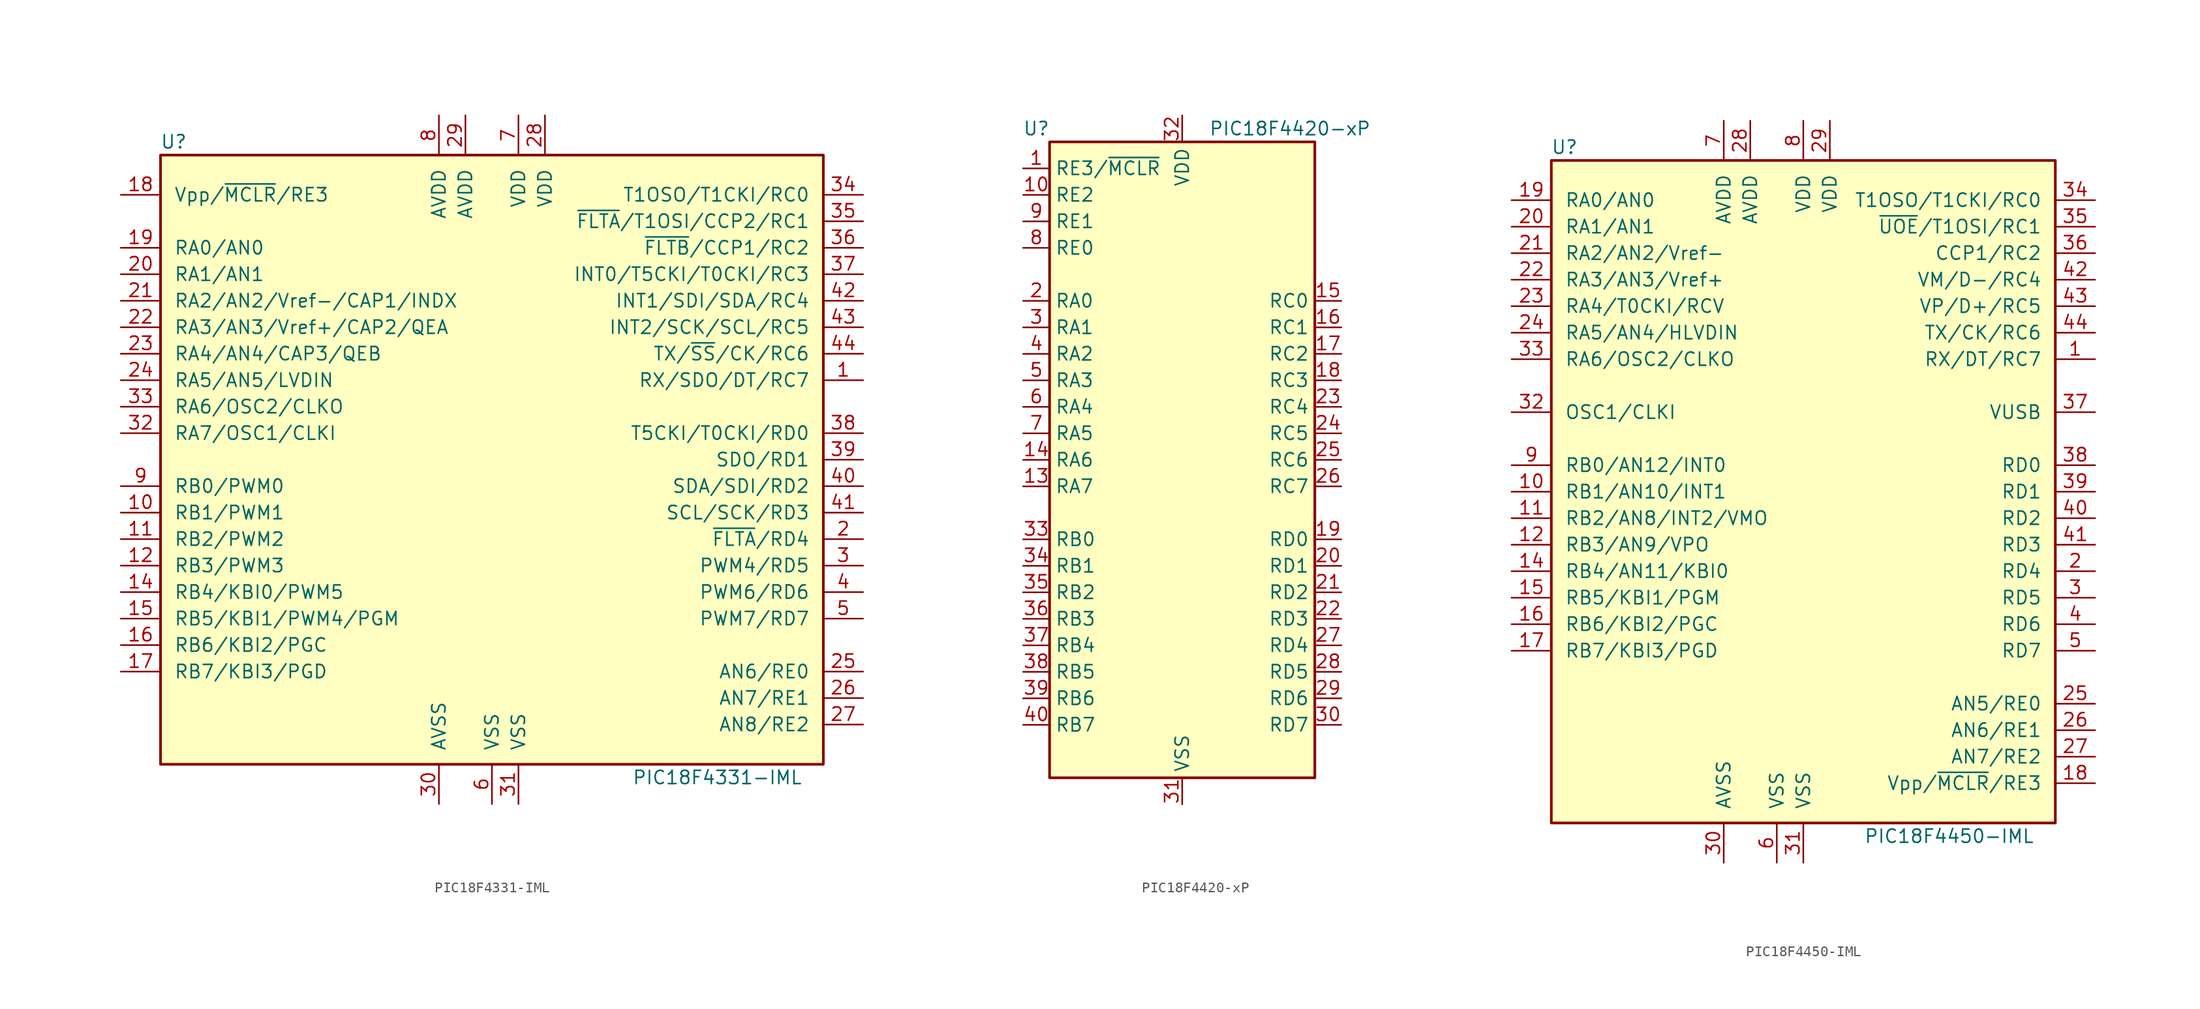
<source format=kicad_sym>
(kicad_symbol_lib
  (version 20211014)
  (generator kicad_symbol_editor)
  (symbol "PIC18F4331-IML"
    (pin_names
      (offset 1.27))
    (property "Reference" "U"
      (at -30.48 30.48 0)
      (effects (font (size 1.27 1.27))))
    (property "Value" "PIC18F4331-IML"
      (at 21.59 -30.48 0)
      (effects (font (size 1.27 1.27))))
    (symbol "PIC18F4331-IML_0_1"
      (rectangle (start -31.75 29.21) (end 31.75 -29.21) (stroke (width 0.254) (type default) (color 0 0 0 0)) (fill (type background))))
    (symbol "PIC18F4331-IML_1_1"
      (pin bidirectional line (at 35.56 7.62 180) (length 3.81) (name "RX/SDO/DT/RC7" (effects (font (size 1.27 1.27)))) (number "1" (effects (font (size 1.27 1.27)))))
      (pin bidirectional line (at -35.56 -5.08 0) (length 3.81) (name "RB1/PWM1" (effects (font (size 1.27 1.27)))) (number "10" (effects (font (size 1.27 1.27)))))
      (pin bidirectional line (at -35.56 -7.62 0) (length 3.81) (name "RB2/PWM2" (effects (font (size 1.27 1.27)))) (number "11" (effects (font (size 1.27 1.27)))))
      (pin bidirectional line (at -35.56 -10.16 0) (length 3.81) (name "RB3/PWM3" (effects (font (size 1.27 1.27)))) (number "12" (effects (font (size 1.27 1.27)))))
      (pin no_connect line (at -10.16 -33.02 90) (length 3.81) hide (name "NC" (effects (font (size 1.27 1.27)))) (number "13" (effects (font (size 1.27 1.27)))))
      (pin bidirectional line (at -35.56 -12.7 0) (length 3.81) (name "RB4/KBI0/PWM5" (effects (font (size 1.27 1.27)))) (number "14" (effects (font (size 1.27 1.27)))))
      (pin bidirectional line (at -35.56 -15.24 0) (length 3.81) (name "RB5/KBI1/PWM4/PGM" (effects (font (size 1.27 1.27)))) (number "15" (effects (font (size 1.27 1.27)))))
      (pin bidirectional line (at -35.56 -17.78 0) (length 3.81) (name "RB6/KBI2/PGC" (effects (font (size 1.27 1.27)))) (number "16" (effects (font (size 1.27 1.27)))))
      (pin bidirectional line (at -35.56 -20.32 0) (length 3.81) (name "RB7/KBI3/PGD" (effects (font (size 1.27 1.27)))) (number "17" (effects (font (size 1.27 1.27)))))
      (pin input line (at -35.56 25.4 0) (length 3.81) (name "Vpp/~{MCLR}/RE3" (effects (font (size 1.27 1.27)))) (number "18" (effects (font (size 1.27 1.27)))))
      (pin bidirectional line (at -35.56 20.32 0) (length 3.81) (name "RA0/AN0" (effects (font (size 1.27 1.27)))) (number "19" (effects (font (size 1.27 1.27)))))
      (pin bidirectional line (at 35.56 -7.62 180) (length 3.81) (name "~{FLTA}/RD4" (effects (font (size 1.27 1.27)))) (number "2" (effects (font (size 1.27 1.27)))))
      (pin bidirectional line (at -35.56 17.78 0) (length 3.81) (name "RA1/AN1" (effects (font (size 1.27 1.27)))) (number "20" (effects (font (size 1.27 1.27)))))
      (pin bidirectional line (at -35.56 15.24 0) (length 3.81) (name "RA2/AN2/Vref-/CAP1/INDX" (effects (font (size 1.27 1.27)))) (number "21" (effects (font (size 1.27 1.27)))))
      (pin bidirectional line (at -35.56 12.7 0) (length 3.81) (name "RA3/AN3/Vref+/CAP2/QEA" (effects (font (size 1.27 1.27)))) (number "22" (effects (font (size 1.27 1.27)))))
      (pin bidirectional line (at -35.56 10.16 0) (length 3.81) (name "RA4/AN4/CAP3/QEB" (effects (font (size 1.27 1.27)))) (number "23" (effects (font (size 1.27 1.27)))))
      (pin bidirectional line (at -35.56 7.62 0) (length 3.81) (name "RA5/AN5/LVDIN" (effects (font (size 1.27 1.27)))) (number "24" (effects (font (size 1.27 1.27)))))
      (pin bidirectional line (at 35.56 -20.32 180) (length 3.81) (name "AN6/RE0" (effects (font (size 1.27 1.27)))) (number "25" (effects (font (size 1.27 1.27)))))
      (pin bidirectional line (at 35.56 -22.86 180) (length 3.81) (name "AN7/RE1" (effects (font (size 1.27 1.27)))) (number "26" (effects (font (size 1.27 1.27)))))
      (pin bidirectional line (at 35.56 -25.4 180) (length 3.81) (name "AN8/RE2" (effects (font (size 1.27 1.27)))) (number "27" (effects (font (size 1.27 1.27)))))
      (pin power_in line (at 5.08 33.02 270) (length 3.81) (name "VDD" (effects (font (size 1.27 1.27)))) (number "28" (effects (font (size 1.27 1.27)))))
      (pin power_in line (at -2.54 33.02 270) (length 3.81) (name "AVDD" (effects (font (size 1.27 1.27)))) (number "29" (effects (font (size 1.27 1.27)))))
      (pin bidirectional line (at 35.56 -10.16 180) (length 3.81) (name "PWM4/RD5" (effects (font (size 1.27 1.27)))) (number "3" (effects (font (size 1.27 1.27)))))
      (pin power_in line (at -5.08 -33.02 90) (length 3.81) (name "AVSS" (effects (font (size 1.27 1.27)))) (number "30" (effects (font (size 1.27 1.27)))))
      (pin power_in line (at 2.54 -33.02 90) (length 3.81) (name "VSS" (effects (font (size 1.27 1.27)))) (number "31" (effects (font (size 1.27 1.27)))))
      (pin bidirectional line (at -35.56 2.54 0) (length 3.81) (name "RA7/OSC1/CLKI" (effects (font (size 1.27 1.27)))) (number "32" (effects (font (size 1.27 1.27)))))
      (pin bidirectional line (at -35.56 5.08 0) (length 3.81) (name "RA6/OSC2/CLKO" (effects (font (size 1.27 1.27)))) (number "33" (effects (font (size 1.27 1.27)))))
      (pin bidirectional line (at 35.56 25.4 180) (length 3.81) (name "T1OSO/T1CKI/RC0" (effects (font (size 1.27 1.27)))) (number "34" (effects (font (size 1.27 1.27)))))
      (pin bidirectional line (at 35.56 22.86 180) (length 3.81) (name "~{FLTA}/T1OSI/CCP2/RC1" (effects (font (size 1.27 1.27)))) (number "35" (effects (font (size 1.27 1.27)))))
      (pin bidirectional line (at 35.56 20.32 180) (length 3.81) (name "~{FLTB}/CCP1/RC2" (effects (font (size 1.27 1.27)))) (number "36" (effects (font (size 1.27 1.27)))))
      (pin bidirectional line (at 35.56 17.78 180) (length 3.81) (name "INT0/T5CKI/T0CKI/RC3" (effects (font (size 1.27 1.27)))) (number "37" (effects (font (size 1.27 1.27)))))
      (pin bidirectional line (at 35.56 2.54 180) (length 3.81) (name "T5CKI/T0CKI/RD0" (effects (font (size 1.27 1.27)))) (number "38" (effects (font (size 1.27 1.27)))))
      (pin bidirectional line (at 35.56 0 180) (length 3.81) (name "SDO/RD1" (effects (font (size 1.27 1.27)))) (number "39" (effects (font (size 1.27 1.27)))))
      (pin bidirectional line (at 35.56 -12.7 180) (length 3.81) (name "PWM6/RD6" (effects (font (size 1.27 1.27)))) (number "4" (effects (font (size 1.27 1.27)))))
      (pin bidirectional line (at 35.56 -2.54 180) (length 3.81) (name "SDA/SDI/RD2" (effects (font (size 1.27 1.27)))) (number "40" (effects (font (size 1.27 1.27)))))
      (pin bidirectional line (at 35.56 -5.08 180) (length 3.81) (name "SCL/SCK/RD3" (effects (font (size 1.27 1.27)))) (number "41" (effects (font (size 1.27 1.27)))))
      (pin bidirectional line (at 35.56 15.24 180) (length 3.81) (name "INT1/SDI/SDA/RC4" (effects (font (size 1.27 1.27)))) (number "42" (effects (font (size 1.27 1.27)))))
      (pin bidirectional line (at 35.56 12.7 180) (length 3.81) (name "INT2/SCK/SCL/RC5" (effects (font (size 1.27 1.27)))) (number "43" (effects (font (size 1.27 1.27)))))
      (pin bidirectional line (at 35.56 10.16 180) (length 3.81) (name "TX/~{SS}/CK/RC6" (effects (font (size 1.27 1.27)))) (number "44" (effects (font (size 1.27 1.27)))))
      (pin bidirectional line (at 35.56 -15.24 180) (length 3.81) (name "PWM7/RD7" (effects (font (size 1.27 1.27)))) (number "5" (effects (font (size 1.27 1.27)))))
      (pin power_in line (at 0 -33.02 90) (length 3.81) (name "VSS" (effects (font (size 1.27 1.27)))) (number "6" (effects (font (size 1.27 1.27)))))
      (pin power_in line (at 2.54 33.02 270) (length 3.81) (name "VDD" (effects (font (size 1.27 1.27)))) (number "7" (effects (font (size 1.27 1.27)))))
      (pin power_in line (at -5.08 33.02 270) (length 3.81) (name "AVDD" (effects (font (size 1.27 1.27)))) (number "8" (effects (font (size 1.27 1.27)))))
      (pin bidirectional line (at -35.56 -2.54 0) (length 3.81) (name "RB0/PWM0" (effects (font (size 1.27 1.27)))) (number "9" (effects (font (size 1.27 1.27)))))))
  (symbol "PIC18F4420-xP"
    (property "Reference" "U"
      (at -13.97 31.75 0)
      (effects (font (size 1.27 1.27))))
    (property "Value" "PIC18F4420-xP"
      (at 2.54 31.75 0)
      (effects (font (size 1.27 1.27)) (justify left)))
    (symbol "PIC18F4420-xP_0_1"
      (rectangle (start -12.7 30.48) (end 12.7 -30.48) (stroke (width 0.254) (type default) (color 0 0 0 0)) (fill (type background))))
    (symbol "PIC18F4420-xP_1_1"
      (pin input line (at -15.24 27.94 0) (length 2.54) (name "RE3/~{MCLR}" (effects (font (size 1.27 1.27)))) (number "1" (effects (font (size 1.27 1.27)))))
      (pin bidirectional line (at -15.24 25.4 0) (length 2.54) (name "RE2" (effects (font (size 1.27 1.27)))) (number "10" (effects (font (size 1.27 1.27)))))
      (pin passive line (at 0 33.02 270) (length 2.54) hide (name "VDD" (effects (font (size 1.27 1.27)))) (number "11" (effects (font (size 1.27 1.27)))))
      (pin passive line (at 0 -33.02 90) (length 2.54) hide (name "VSS" (effects (font (size 1.27 1.27)))) (number "12" (effects (font (size 1.27 1.27)))))
      (pin bidirectional line (at -15.24 -2.54 0) (length 2.54) (name "RA7" (effects (font (size 1.27 1.27)))) (number "13" (effects (font (size 1.27 1.27)))))
      (pin bidirectional line (at -15.24 0 0) (length 2.54) (name "RA6" (effects (font (size 1.27 1.27)))) (number "14" (effects (font (size 1.27 1.27)))))
      (pin bidirectional line (at 15.24 15.24 180) (length 2.54) (name "RC0" (effects (font (size 1.27 1.27)))) (number "15" (effects (font (size 1.27 1.27)))))
      (pin bidirectional line (at 15.24 12.7 180) (length 2.54) (name "RC1" (effects (font (size 1.27 1.27)))) (number "16" (effects (font (size 1.27 1.27)))))
      (pin bidirectional line (at 15.24 10.16 180) (length 2.54) (name "RC2" (effects (font (size 1.27 1.27)))) (number "17" (effects (font (size 1.27 1.27)))))
      (pin bidirectional line (at 15.24 7.62 180) (length 2.54) (name "RC3" (effects (font (size 1.27 1.27)))) (number "18" (effects (font (size 1.27 1.27)))))
      (pin bidirectional line (at 15.24 -7.62 180) (length 2.54) (name "RD0" (effects (font (size 1.27 1.27)))) (number "19" (effects (font (size 1.27 1.27)))))
      (pin bidirectional line (at -15.24 15.24 0) (length 2.54) (name "RA0" (effects (font (size 1.27 1.27)))) (number "2" (effects (font (size 1.27 1.27)))))
      (pin bidirectional line (at 15.24 -10.16 180) (length 2.54) (name "RD1" (effects (font (size 1.27 1.27)))) (number "20" (effects (font (size 1.27 1.27)))))
      (pin bidirectional line (at 15.24 -12.7 180) (length 2.54) (name "RD2" (effects (font (size 1.27 1.27)))) (number "21" (effects (font (size 1.27 1.27)))))
      (pin bidirectional line (at 15.24 -15.24 180) (length 2.54) (name "RD3" (effects (font (size 1.27 1.27)))) (number "22" (effects (font (size 1.27 1.27)))))
      (pin bidirectional line (at 15.24 5.08 180) (length 2.54) (name "RC4" (effects (font (size 1.27 1.27)))) (number "23" (effects (font (size 1.27 1.27)))))
      (pin bidirectional line (at 15.24 2.54 180) (length 2.54) (name "RC5" (effects (font (size 1.27 1.27)))) (number "24" (effects (font (size 1.27 1.27)))))
      (pin bidirectional line (at 15.24 0 180) (length 2.54) (name "RC6" (effects (font (size 1.27 1.27)))) (number "25" (effects (font (size 1.27 1.27)))))
      (pin bidirectional line (at 15.24 -2.54 180) (length 2.54) (name "RC7" (effects (font (size 1.27 1.27)))) (number "26" (effects (font (size 1.27 1.27)))))
      (pin bidirectional line (at 15.24 -17.78 180) (length 2.54) (name "RD4" (effects (font (size 1.27 1.27)))) (number "27" (effects (font (size 1.27 1.27)))))
      (pin bidirectional line (at 15.24 -20.32 180) (length 2.54) (name "RD5" (effects (font (size 1.27 1.27)))) (number "28" (effects (font (size 1.27 1.27)))))
      (pin bidirectional line (at 15.24 -22.86 180) (length 2.54) (name "RD6" (effects (font (size 1.27 1.27)))) (number "29" (effects (font (size 1.27 1.27)))))
      (pin bidirectional line (at -15.24 12.7 0) (length 2.54) (name "RA1" (effects (font (size 1.27 1.27)))) (number "3" (effects (font (size 1.27 1.27)))))
      (pin bidirectional line (at 15.24 -25.4 180) (length 2.54) (name "RD7" (effects (font (size 1.27 1.27)))) (number "30" (effects (font (size 1.27 1.27)))))
      (pin power_in line (at 0 -33.02 90) (length 2.54) (name "VSS" (effects (font (size 1.27 1.27)))) (number "31" (effects (font (size 1.27 1.27)))))
      (pin power_in line (at 0 33.02 270) (length 2.54) (name "VDD" (effects (font (size 1.27 1.27)))) (number "32" (effects (font (size 1.27 1.27)))))
      (pin bidirectional line (at -15.24 -7.62 0) (length 2.54) (name "RB0" (effects (font (size 1.27 1.27)))) (number "33" (effects (font (size 1.27 1.27)))))
      (pin bidirectional line (at -15.24 -10.16 0) (length 2.54) (name "RB1" (effects (font (size 1.27 1.27)))) (number "34" (effects (font (size 1.27 1.27)))))
      (pin bidirectional line (at -15.24 -12.7 0) (length 2.54) (name "RB2" (effects (font (size 1.27 1.27)))) (number "35" (effects (font (size 1.27 1.27)))))
      (pin bidirectional line (at -15.24 -15.24 0) (length 2.54) (name "RB3" (effects (font (size 1.27 1.27)))) (number "36" (effects (font (size 1.27 1.27)))))
      (pin bidirectional line (at -15.24 -17.78 0) (length 2.54) (name "RB4" (effects (font (size 1.27 1.27)))) (number "37" (effects (font (size 1.27 1.27)))))
      (pin bidirectional line (at -15.24 -20.32 0) (length 2.54) (name "RB5" (effects (font (size 1.27 1.27)))) (number "38" (effects (font (size 1.27 1.27)))))
      (pin bidirectional line (at -15.24 -22.86 0) (length 2.54) (name "RB6" (effects (font (size 1.27 1.27)))) (number "39" (effects (font (size 1.27 1.27)))))
      (pin bidirectional line (at -15.24 10.16 0) (length 2.54) (name "RA2" (effects (font (size 1.27 1.27)))) (number "4" (effects (font (size 1.27 1.27)))))
      (pin bidirectional line (at -15.24 -25.4 0) (length 2.54) (name "RB7" (effects (font (size 1.27 1.27)))) (number "40" (effects (font (size 1.27 1.27)))))
      (pin bidirectional line (at -15.24 7.62 0) (length 2.54) (name "RA3" (effects (font (size 1.27 1.27)))) (number "5" (effects (font (size 1.27 1.27)))))
      (pin bidirectional line (at -15.24 5.08 0) (length 2.54) (name "RA4" (effects (font (size 1.27 1.27)))) (number "6" (effects (font (size 1.27 1.27)))))
      (pin bidirectional line (at -15.24 2.54 0) (length 2.54) (name "RA5" (effects (font (size 1.27 1.27)))) (number "7" (effects (font (size 1.27 1.27)))))
      (pin bidirectional line (at -15.24 20.32 0) (length 2.54) (name "RE0" (effects (font (size 1.27 1.27)))) (number "8" (effects (font (size 1.27 1.27)))))
      (pin bidirectional line (at -15.24 22.86 0) (length 2.54) (name "RE1" (effects (font (size 1.27 1.27)))) (number "9" (effects (font (size 1.27 1.27)))))))
  (symbol "PIC18F4450-IML"
    (pin_names
      (offset 1.27))
    (property "Reference" "U"
      (at -22.86 33.02 0)
      (effects (font (size 1.27 1.27))))
    (property "Value" "PIC18F4450-IML"
      (at 13.97 -33.02 0)
      (effects (font (size 1.27 1.27))))
    (symbol "PIC18F4450-IML_0_1"
      (rectangle (start -24.13 31.75) (end 24.13 -31.75) (stroke (width 0.254) (type default) (color 0 0 0 0)) (fill (type background))))
    (symbol "PIC18F4450-IML_1_1"
      (pin bidirectional line (at 27.94 12.7 180) (length 3.81) (name "RX/DT/RC7" (effects (font (size 1.27 1.27)))) (number "1" (effects (font (size 1.27 1.27)))))
      (pin bidirectional line (at -27.94 0 0) (length 3.81) (name "RB1/AN10/INT1" (effects (font (size 1.27 1.27)))) (number "10" (effects (font (size 1.27 1.27)))))
      (pin bidirectional line (at -27.94 -2.54 0) (length 3.81) (name "RB2/AN8/INT2/VMO" (effects (font (size 1.27 1.27)))) (number "11" (effects (font (size 1.27 1.27)))))
      (pin bidirectional line (at -27.94 -5.08 0) (length 3.81) (name "RB3/AN9/VPO" (effects (font (size 1.27 1.27)))) (number "12" (effects (font (size 1.27 1.27)))))
      (pin no_connect line (at -12.7 -35.56 90) (length 3.81) hide (name "NC" (effects (font (size 1.27 1.27)))) (number "13" (effects (font (size 1.27 1.27)))))
      (pin bidirectional line (at -27.94 -7.62 0) (length 3.81) (name "RB4/AN11/KBI0" (effects (font (size 1.27 1.27)))) (number "14" (effects (font (size 1.27 1.27)))))
      (pin bidirectional line (at -27.94 -10.16 0) (length 3.81) (name "RB5/KBI1/PGM" (effects (font (size 1.27 1.27)))) (number "15" (effects (font (size 1.27 1.27)))))
      (pin bidirectional line (at -27.94 -12.7 0) (length 3.81) (name "RB6/KBI2/PGC" (effects (font (size 1.27 1.27)))) (number "16" (effects (font (size 1.27 1.27)))))
      (pin bidirectional line (at -27.94 -15.24 0) (length 3.81) (name "RB7/KBI3/PGD" (effects (font (size 1.27 1.27)))) (number "17" (effects (font (size 1.27 1.27)))))
      (pin input line (at 27.94 -27.94 180) (length 3.81) (name "Vpp/~{MCLR}/RE3" (effects (font (size 1.27 1.27)))) (number "18" (effects (font (size 1.27 1.27)))))
      (pin bidirectional line (at -27.94 27.94 0) (length 3.81) (name "RA0/AN0" (effects (font (size 1.27 1.27)))) (number "19" (effects (font (size 1.27 1.27)))))
      (pin bidirectional line (at 27.94 -7.62 180) (length 3.81) (name "RD4" (effects (font (size 1.27 1.27)))) (number "2" (effects (font (size 1.27 1.27)))))
      (pin bidirectional line (at -27.94 25.4 0) (length 3.81) (name "RA1/AN1" (effects (font (size 1.27 1.27)))) (number "20" (effects (font (size 1.27 1.27)))))
      (pin bidirectional line (at -27.94 22.86 0) (length 3.81) (name "RA2/AN2/Vref-" (effects (font (size 1.27 1.27)))) (number "21" (effects (font (size 1.27 1.27)))))
      (pin bidirectional line (at -27.94 20.32 0) (length 3.81) (name "RA3/AN3/Vref+" (effects (font (size 1.27 1.27)))) (number "22" (effects (font (size 1.27 1.27)))))
      (pin bidirectional line (at -27.94 17.78 0) (length 3.81) (name "RA4/T0CKI/RCV" (effects (font (size 1.27 1.27)))) (number "23" (effects (font (size 1.27 1.27)))))
      (pin bidirectional line (at -27.94 15.24 0) (length 3.81) (name "RA5/AN4/HLVDIN" (effects (font (size 1.27 1.27)))) (number "24" (effects (font (size 1.27 1.27)))))
      (pin bidirectional line (at 27.94 -20.32 180) (length 3.81) (name "AN5/RE0" (effects (font (size 1.27 1.27)))) (number "25" (effects (font (size 1.27 1.27)))))
      (pin bidirectional line (at 27.94 -22.86 180) (length 3.81) (name "AN6/RE1" (effects (font (size 1.27 1.27)))) (number "26" (effects (font (size 1.27 1.27)))))
      (pin bidirectional line (at 27.94 -25.4 180) (length 3.81) (name "AN7/RE2" (effects (font (size 1.27 1.27)))) (number "27" (effects (font (size 1.27 1.27)))))
      (pin power_in line (at -5.08 35.56 270) (length 3.81) (name "AVDD" (effects (font (size 1.27 1.27)))) (number "28" (effects (font (size 1.27 1.27)))))
      (pin power_in line (at 2.54 35.56 270) (length 3.81) (name "VDD" (effects (font (size 1.27 1.27)))) (number "29" (effects (font (size 1.27 1.27)))))
      (pin bidirectional line (at 27.94 -10.16 180) (length 3.81) (name "RD5" (effects (font (size 1.27 1.27)))) (number "3" (effects (font (size 1.27 1.27)))))
      (pin power_in line (at -7.62 -35.56 90) (length 3.81) (name "AVSS" (effects (font (size 1.27 1.27)))) (number "30" (effects (font (size 1.27 1.27)))))
      (pin power_in line (at 0 -35.56 90) (length 3.81) (name "VSS" (effects (font (size 1.27 1.27)))) (number "31" (effects (font (size 1.27 1.27)))))
      (pin input line (at -27.94 7.62 0) (length 3.81) (name "OSC1/CLKI" (effects (font (size 1.27 1.27)))) (number "32" (effects (font (size 1.27 1.27)))))
      (pin output line (at -27.94 12.7 0) (length 3.81) (name "RA6/OSC2/CLKO" (effects (font (size 1.27 1.27)))) (number "33" (effects (font (size 1.27 1.27)))))
      (pin bidirectional line (at 27.94 27.94 180) (length 3.81) (name "T1OSO/T1CKI/RC0" (effects (font (size 1.27 1.27)))) (number "34" (effects (font (size 1.27 1.27)))))
      (pin bidirectional line (at 27.94 25.4 180) (length 3.81) (name "~{UOE}/T1OSI/RC1" (effects (font (size 1.27 1.27)))) (number "35" (effects (font (size 1.27 1.27)))))
      (pin bidirectional line (at 27.94 22.86 180) (length 3.81) (name "CCP1/RC2" (effects (font (size 1.27 1.27)))) (number "36" (effects (font (size 1.27 1.27)))))
      (pin bidirectional line (at 27.94 7.62 180) (length 3.81) (name "VUSB" (effects (font (size 1.27 1.27)))) (number "37" (effects (font (size 1.27 1.27)))))
      (pin bidirectional line (at 27.94 2.54 180) (length 3.81) (name "RD0" (effects (font (size 1.27 1.27)))) (number "38" (effects (font (size 1.27 1.27)))))
      (pin bidirectional line (at 27.94 0 180) (length 3.81) (name "RD1" (effects (font (size 1.27 1.27)))) (number "39" (effects (font (size 1.27 1.27)))))
      (pin bidirectional line (at 27.94 -12.7 180) (length 3.81) (name "RD6" (effects (font (size 1.27 1.27)))) (number "4" (effects (font (size 1.27 1.27)))))
      (pin bidirectional line (at 27.94 -2.54 180) (length 3.81) (name "RD2" (effects (font (size 1.27 1.27)))) (number "40" (effects (font (size 1.27 1.27)))))
      (pin bidirectional line (at 27.94 -5.08 180) (length 3.81) (name "RD3" (effects (font (size 1.27 1.27)))) (number "41" (effects (font (size 1.27 1.27)))))
      (pin bidirectional line (at 27.94 20.32 180) (length 3.81) (name "VM/D-/RC4" (effects (font (size 1.27 1.27)))) (number "42" (effects (font (size 1.27 1.27)))))
      (pin bidirectional line (at 27.94 17.78 180) (length 3.81) (name "VP/D+/RC5" (effects (font (size 1.27 1.27)))) (number "43" (effects (font (size 1.27 1.27)))))
      (pin bidirectional line (at 27.94 15.24 180) (length 3.81) (name "TX/CK/RC6" (effects (font (size 1.27 1.27)))) (number "44" (effects (font (size 1.27 1.27)))))
      (pin bidirectional line (at 27.94 -15.24 180) (length 3.81) (name "RD7" (effects (font (size 1.27 1.27)))) (number "5" (effects (font (size 1.27 1.27)))))
      (pin power_in line (at -2.54 -35.56 90) (length 3.81) (name "VSS" (effects (font (size 1.27 1.27)))) (number "6" (effects (font (size 1.27 1.27)))))
      (pin power_in line (at -7.62 35.56 270) (length 3.81) (name "AVDD" (effects (font (size 1.27 1.27)))) (number "7" (effects (font (size 1.27 1.27)))))
      (pin power_in line (at 0 35.56 270) (length 3.81) (name "VDD" (effects (font (size 1.27 1.27)))) (number "8" (effects (font (size 1.27 1.27)))))
      (pin bidirectional line (at -27.94 2.54 0) (length 3.81) (name "RB0/AN12/INT0" (effects (font (size 1.27 1.27)))) (number "9" (effects (font (size 1.27 1.27))))))))
</source>
